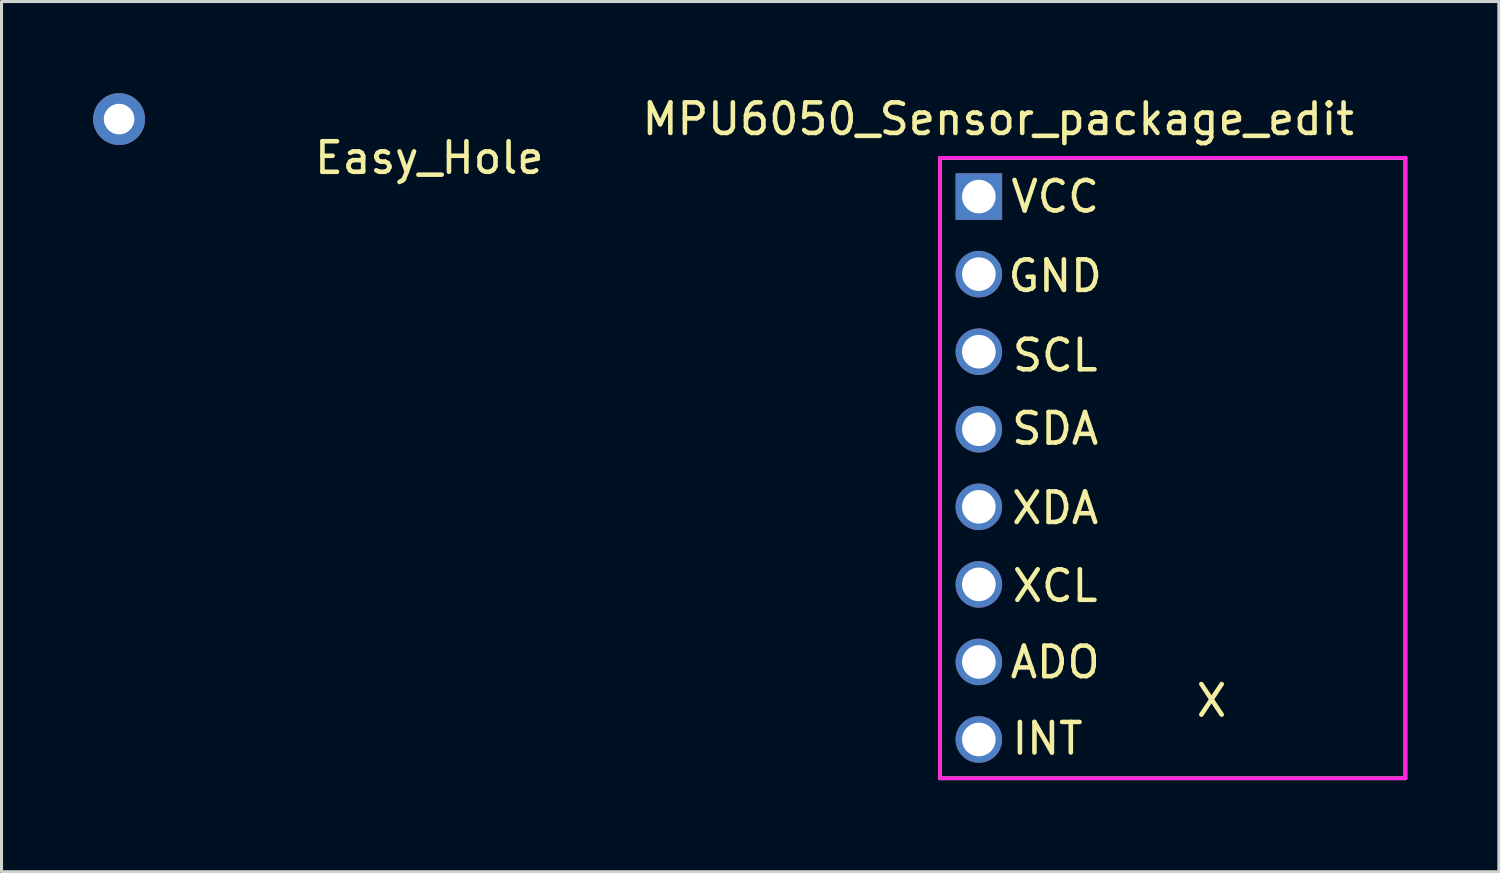
<source format=kicad_pcb>
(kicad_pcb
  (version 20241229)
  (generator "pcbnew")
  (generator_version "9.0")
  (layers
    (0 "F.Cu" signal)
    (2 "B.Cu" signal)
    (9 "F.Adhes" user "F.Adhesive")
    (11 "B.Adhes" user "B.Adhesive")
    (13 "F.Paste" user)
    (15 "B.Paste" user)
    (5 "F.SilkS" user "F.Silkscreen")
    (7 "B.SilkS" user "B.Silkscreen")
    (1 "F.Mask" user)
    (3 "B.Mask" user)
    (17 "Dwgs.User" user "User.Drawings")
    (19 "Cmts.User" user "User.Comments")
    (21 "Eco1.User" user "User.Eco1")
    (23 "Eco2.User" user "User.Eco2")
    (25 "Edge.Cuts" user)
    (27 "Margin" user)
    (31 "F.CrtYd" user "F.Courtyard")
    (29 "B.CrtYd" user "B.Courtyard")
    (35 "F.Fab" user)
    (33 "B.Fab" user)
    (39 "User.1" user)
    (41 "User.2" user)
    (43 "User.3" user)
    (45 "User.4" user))
  (footprint "MPU6050_Sensor_package_edit"
    (layer "F.Cu")
    (at 29.006 3.388)
    (property "Reference" "MPU6050_Sensor_package_edit" (at 0.635 -2.54 0) (layer "F.SilkS") (effects (font (size 1 1) (thickness 0.15))))
    (attr through_hole)
    (fp_line (start -1.27 -1.27) (end 13.97 -1.27) (stroke (width 0.12) (type solid)) (layer "F.SilkS"))
    (fp_line (start -1.27 19.05) (end -1.27 -1.27) (stroke (width 0.12) (type solid)) (layer "F.SilkS"))
    (fp_line (start 13.97 -1.27) (end 13.97 19.05) (stroke (width 0.12) (type solid)) (layer "F.SilkS"))
    (fp_line (start 13.97 19.05) (end -1.27 19.05) (stroke (width 0.12) (type solid)) (layer "F.SilkS"))
    (fp_line (start -1.27 -1.27) (end 13.97 -1.27) (stroke (width 0.12) (type solid)) (layer "F.CrtYd"))
    (fp_line (start -1.27 19.05) (end -1.27 -1.27) (stroke (width 0.12) (type solid)) (layer "F.CrtYd"))
    (fp_line (start 13.97 -1.27) (end 13.97 19.05) (stroke (width 0.12) (type solid)) (layer "F.CrtYd"))
    (fp_line (start 13.97 19.05) (end -1.27 19.05) (stroke (width 0.12) (type solid)) (layer "F.CrtYd"))
    (fp_text user "SCL" (at 2.5 5.2 0) (layer "F.SilkS") (effects (font (size 1 1) (thickness 0.15))))
    (fp_text user "XDA" (at 2.5 10.2 0) (layer "F.SilkS") (effects (font (size 1 1) (thickness 0.15))))
    (fp_text user "XCL" (at 2.5 12.75 0) (layer "F.SilkS") (effects (font (size 1 1) (thickness 0.15))))
    (fp_text user "ADO" (at 2.5 15.25 0) (layer "F.SilkS") (effects (font (size 1 1) (thickness 0.15))))
    (fp_text user "INT" (at 2.25 17.75 0) (layer "F.SilkS") (effects (font (size 1 1) (thickness 0.15))))
    (fp_text user "X" (at 7.62 16.51 0) (layer "F.SilkS") (effects (font (size 1 1) (thickness 0.15))))
    (fp_text user "SDA" (at 2.5 7.6 0) (layer "F.SilkS") (effects (font (size 1 1) (thickness 0.15))))
    (fp_text user "GND" (at 2.5 2.6 0) (layer "F.SilkS") (effects (font (size 1 1) (thickness 0.15))))
    (fp_text user "VCC" (at 2.5 0 0) (layer "F.SilkS") (effects (font (size 1 1) (thickness 0.15))))
    (pad "" thru_hole circle (at 0 15.24) (size 1.524 1.524) (drill 1.1) (layers "*.Cu" "*.Mask"))
    (pad "1" thru_hole rect (at 0 0) (size 1.524 1.524) (drill 1.1) (layers "*.Cu" "*.Mask"))
    (pad "2" thru_hole circle (at 0 2.54) (size 1.524 1.524) (drill 1.1) (layers "*.Cu" "*.Mask"))
    (pad "3" thru_hole circle (at 0 5.08) (size 1.524 1.524) (drill 1.1) (layers "*.Cu" "*.Mask"))
    (pad "4" thru_hole circle (at 0 7.62) (size 1.524 1.524) (drill 1.1) (layers "*.Cu" "*.Mask"))
    (pad "5" thru_hole circle (at 0 10.16) (size 1.524 1.524) (drill 1.1) (layers "*.Cu" "*.Mask"))
    (pad "6" thru_hole circle (at 0 12.7) (size 1.524 1.524) (drill 1.1) (layers "*.Cu" "*.Mask"))
    (pad "8" thru_hole circle (at 0 17.78) (size 1.524 1.524) (drill 1.1) (layers "*.Cu" "*.Mask")))
  (footprint "Easy_Hole"
    (layer "F.Cu")
    (at 0.85 0.85)
    (property "Reference" "Easy_Hole" (at 10.16 1.27 0) (layer "F.SilkS") (effects (font (size 1 1) (thickness 0.15))))
    (attr through_hole)
    (pad "4" thru_hole circle (at 0 0) (size 1.7 1.7) (drill 1) (layers "*.Cu" "*.Mask")))
  (gr_rect
    (start -3 -3)
    (end 46.036 25.498)
    (stroke (width 0.1) (type default))
    (fill no)
    (layer "Edge.Cuts")))
</source>
